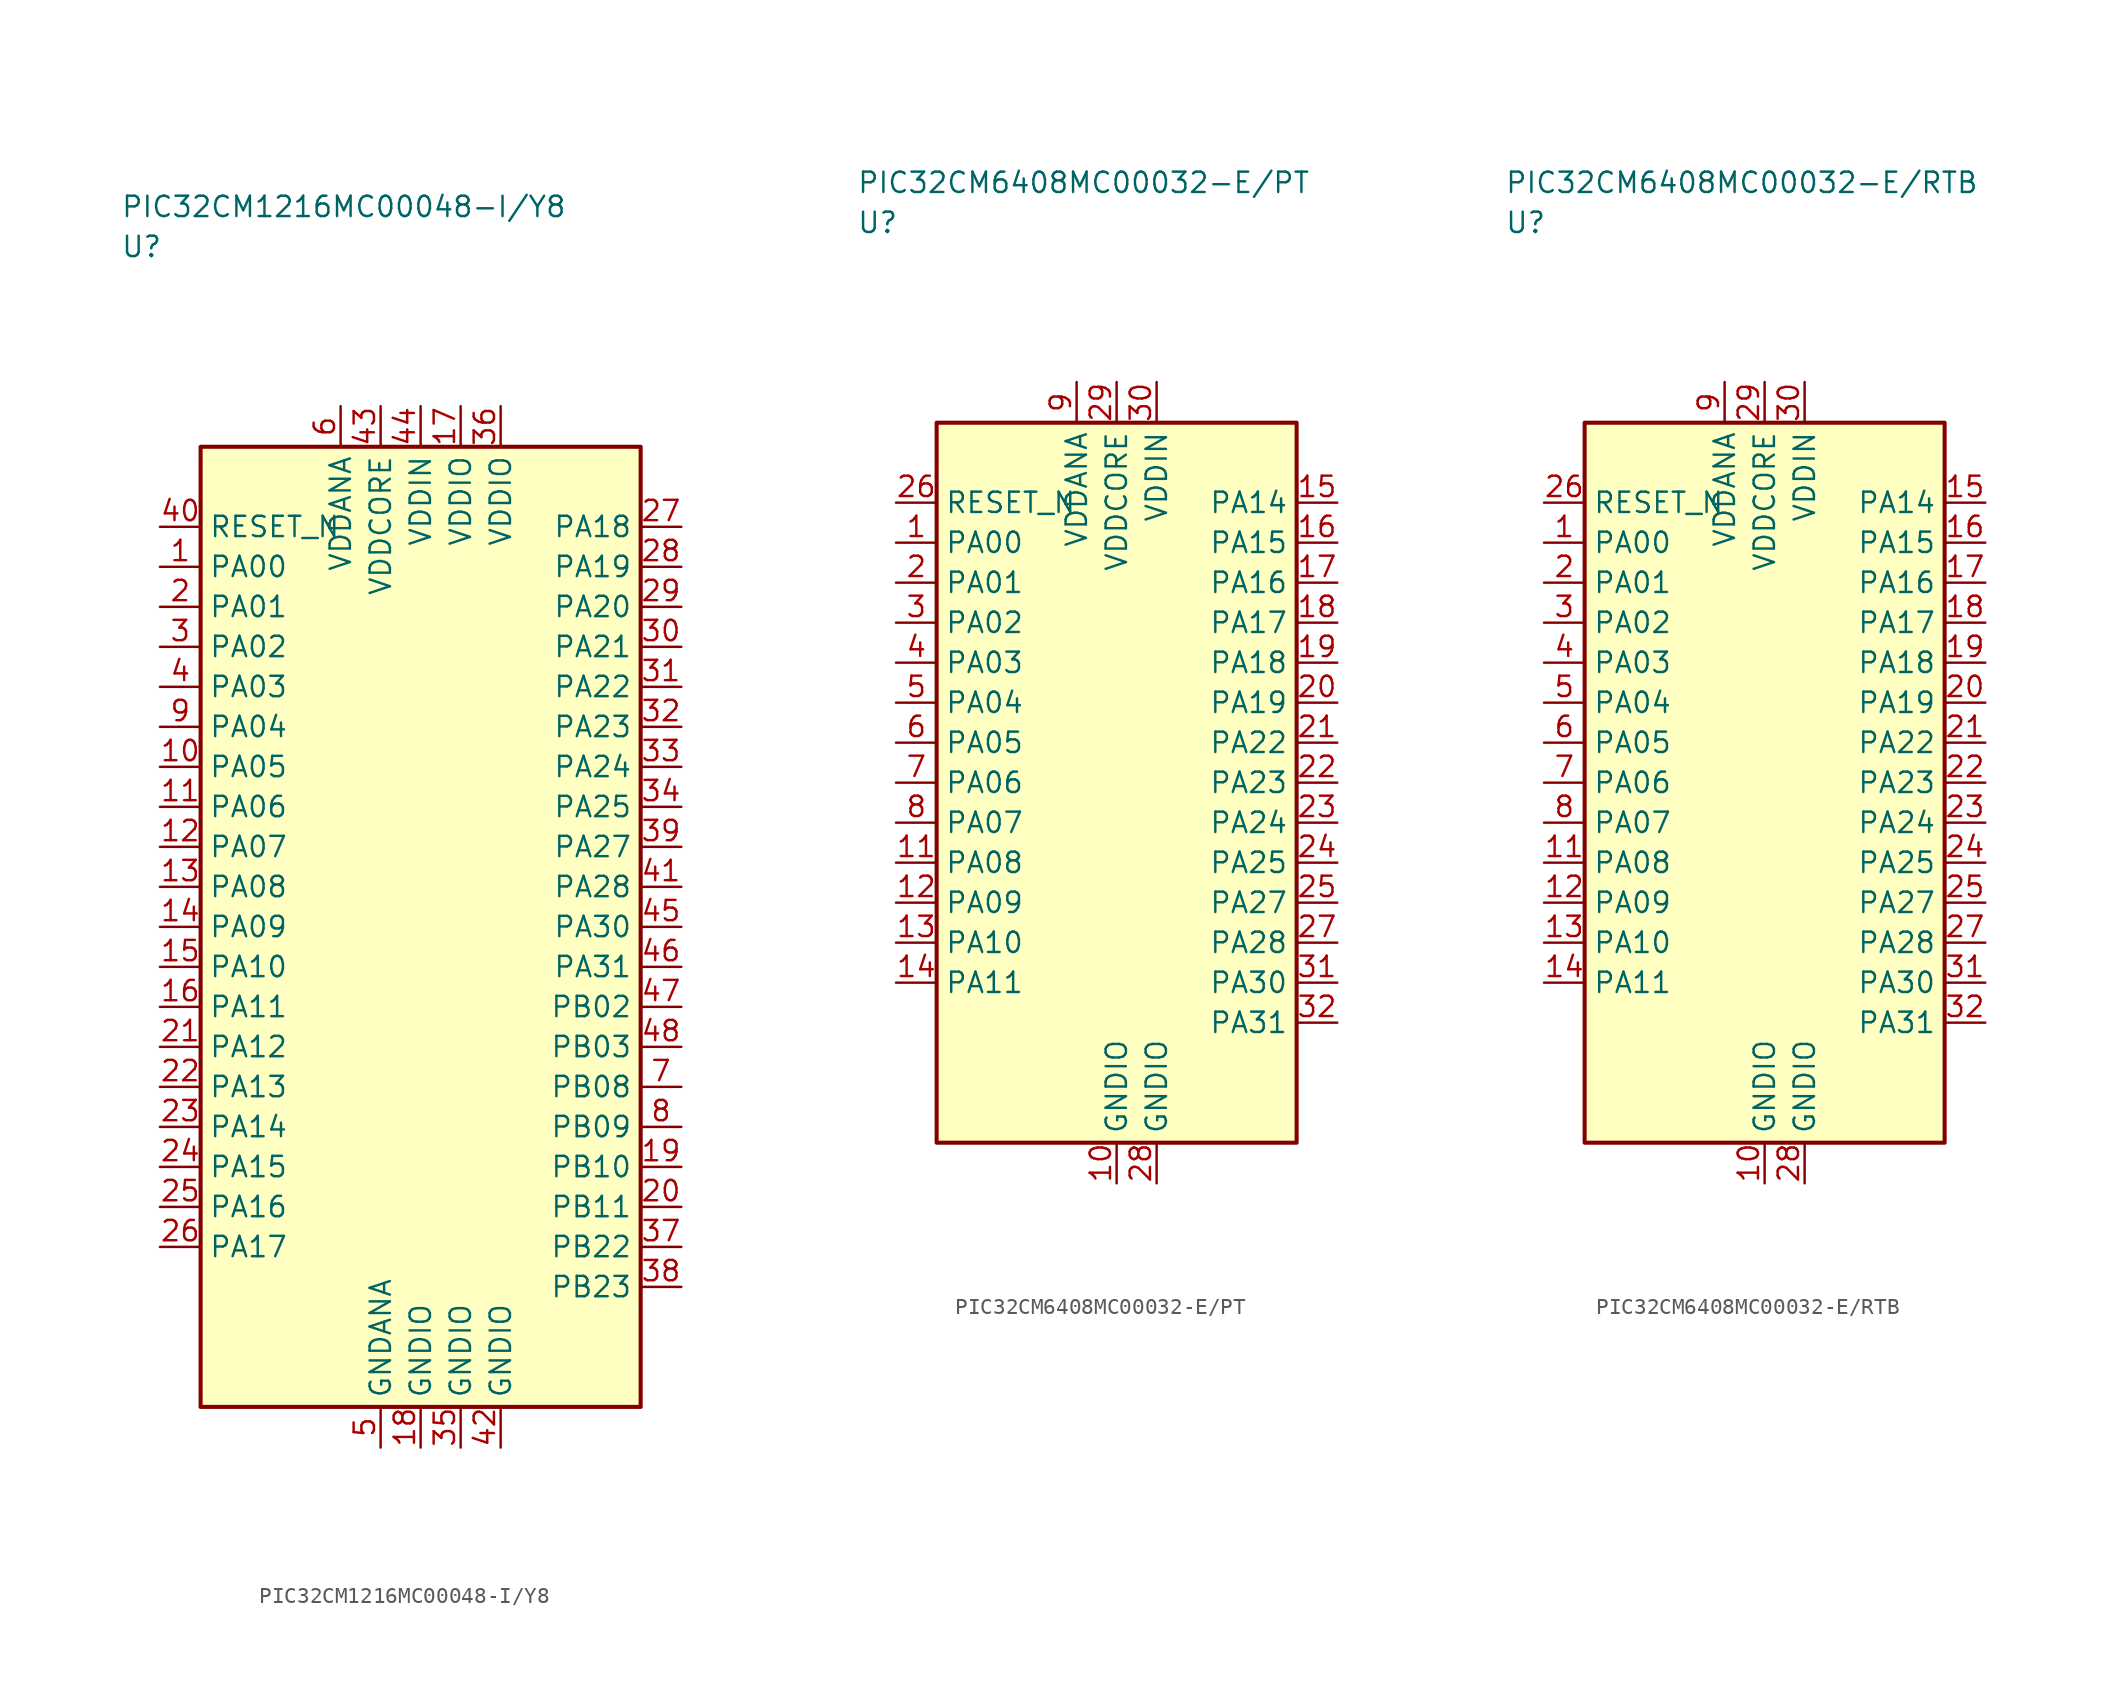
<source format=kicad_sym>
(kicad_symbol_lib
  (version 20241025)
  (generator "kicad_symbol_editor")
  (generator_version "8.0")
  (symbol "PIC32CM1216MC00048-I/Y8"
    (property "Reference" "U"
      (at -18.75 42.5 0)
      (effects (font (size 1.27 1.27)) (justify left)))
    (property "Value" "PIC32CM1216MC00048-I/Y8"
      (at -18.75 45.0 0)
      (effects (font (size 1.27 1.27)) (justify left)))
    (symbol "PIC32CM1216MC00048-I/Y8_0_1"
      (rectangle (start -13.75 30.0) (end 13.75 -30.0) (stroke (width 0.254) (type default)) (fill (type background))))
    (symbol "PIC32CM1216MC00048-I/Y8_1_1"
      (pin bidirectional line (at -16.29 22.5 0.0) (length 2.54) (name "PA00" (effects (font (size 1.27 1.27)))) (number "1" (effects (font (size 1.27 1.27)))))
      (pin bidirectional line (at -16.29 20.0 0.0) (length 2.54) (name "PA01" (effects (font (size 1.27 1.27)))) (number "2" (effects (font (size 1.27 1.27)))))
      (pin bidirectional line (at -16.29 17.5 0.0) (length 2.54) (name "PA02" (effects (font (size 1.27 1.27)))) (number "3" (effects (font (size 1.27 1.27)))))
      (pin bidirectional line (at -16.29 15.0 0.0) (length 2.54) (name "PA03" (effects (font (size 1.27 1.27)))) (number "4" (effects (font (size 1.27 1.27)))))
      (pin passive line (at -2.5 -32.54 90.0) (length 2.54) (name "GNDANA" (effects (font (size 1.27 1.27)))) (number "5" (effects (font (size 1.27 1.27)))))
      (pin power_in line (at -5.0 32.54 270.0) (length 2.54) (name "VDDANA" (effects (font (size 1.27 1.27)))) (number "6" (effects (font (size 1.27 1.27)))))
      (pin bidirectional line (at 16.29 -10.0 180.0) (length 2.54) (name "PB08" (effects (font (size 1.27 1.27)))) (number "7" (effects (font (size 1.27 1.27)))))
      (pin bidirectional line (at 16.29 -12.5 180.0) (length 2.54) (name "PB09" (effects (font (size 1.27 1.27)))) (number "8" (effects (font (size 1.27 1.27)))))
      (pin bidirectional line (at -16.29 12.5 0.0) (length 2.54) (name "PA04" (effects (font (size 1.27 1.27)))) (number "9" (effects (font (size 1.27 1.27)))))
      (pin bidirectional line (at -16.29 10.0 0.0) (length 2.54) (name "PA05" (effects (font (size 1.27 1.27)))) (number "10" (effects (font (size 1.27 1.27)))))
      (pin bidirectional line (at -16.29 7.5 0.0) (length 2.54) (name "PA06" (effects (font (size 1.27 1.27)))) (number "11" (effects (font (size 1.27 1.27)))))
      (pin bidirectional line (at -16.29 5.0 0.0) (length 2.54) (name "PA07" (effects (font (size 1.27 1.27)))) (number "12" (effects (font (size 1.27 1.27)))))
      (pin bidirectional line (at -16.29 2.5 0.0) (length 2.54) (name "PA08" (effects (font (size 1.27 1.27)))) (number "13" (effects (font (size 1.27 1.27)))))
      (pin bidirectional line (at -16.29 0.0 0.0) (length 2.54) (name "PA09" (effects (font (size 1.27 1.27)))) (number "14" (effects (font (size 1.27 1.27)))))
      (pin bidirectional line (at -16.29 -2.5 0.0) (length 2.54) (name "PA10" (effects (font (size 1.27 1.27)))) (number "15" (effects (font (size 1.27 1.27)))))
      (pin bidirectional line (at -16.29 -5.0 0.0) (length 2.54) (name "PA11" (effects (font (size 1.27 1.27)))) (number "16" (effects (font (size 1.27 1.27)))))
      (pin power_in line (at 2.5 32.54 270.0) (length 2.54) (name "VDDIO" (effects (font (size 1.27 1.27)))) (number "17" (effects (font (size 1.27 1.27)))))
      (pin passive line (at 0.0 -32.54 90.0) (length 2.54) (name "GNDIO" (effects (font (size 1.27 1.27)))) (number "18" (effects (font (size 1.27 1.27)))))
      (pin bidirectional line (at 16.29 -15.0 180.0) (length 2.54) (name "PB10" (effects (font (size 1.27 1.27)))) (number "19" (effects (font (size 1.27 1.27)))))
      (pin bidirectional line (at 16.29 -17.5 180.0) (length 2.54) (name "PB11" (effects (font (size 1.27 1.27)))) (number "20" (effects (font (size 1.27 1.27)))))
      (pin bidirectional line (at -16.29 -7.5 0.0) (length 2.54) (name "PA12" (effects (font (size 1.27 1.27)))) (number "21" (effects (font (size 1.27 1.27)))))
      (pin bidirectional line (at -16.29 -10.0 0.0) (length 2.54) (name "PA13" (effects (font (size 1.27 1.27)))) (number "22" (effects (font (size 1.27 1.27)))))
      (pin bidirectional line (at -16.29 -12.5 0.0) (length 2.54) (name "PA14" (effects (font (size 1.27 1.27)))) (number "23" (effects (font (size 1.27 1.27)))))
      (pin bidirectional line (at -16.29 -15.0 0.0) (length 2.54) (name "PA15" (effects (font (size 1.27 1.27)))) (number "24" (effects (font (size 1.27 1.27)))))
      (pin bidirectional line (at -16.29 -17.5 0.0) (length 2.54) (name "PA16" (effects (font (size 1.27 1.27)))) (number "25" (effects (font (size 1.27 1.27)))))
      (pin bidirectional line (at -16.29 -20.0 0.0) (length 2.54) (name "PA17" (effects (font (size 1.27 1.27)))) (number "26" (effects (font (size 1.27 1.27)))))
      (pin bidirectional line (at 16.29 25.0 180.0) (length 2.54) (name "PA18" (effects (font (size 1.27 1.27)))) (number "27" (effects (font (size 1.27 1.27)))))
      (pin bidirectional line (at 16.29 22.5 180.0) (length 2.54) (name "PA19" (effects (font (size 1.27 1.27)))) (number "28" (effects (font (size 1.27 1.27)))))
      (pin bidirectional line (at 16.29 20.0 180.0) (length 2.54) (name "PA20" (effects (font (size 1.27 1.27)))) (number "29" (effects (font (size 1.27 1.27)))))
      (pin bidirectional line (at 16.29 17.5 180.0) (length 2.54) (name "PA21" (effects (font (size 1.27 1.27)))) (number "30" (effects (font (size 1.27 1.27)))))
      (pin bidirectional line (at 16.29 15.0 180.0) (length 2.54) (name "PA22" (effects (font (size 1.27 1.27)))) (number "31" (effects (font (size 1.27 1.27)))))
      (pin bidirectional line (at 16.29 12.5 180.0) (length 2.54) (name "PA23" (effects (font (size 1.27 1.27)))) (number "32" (effects (font (size 1.27 1.27)))))
      (pin bidirectional line (at 16.29 10.0 180.0) (length 2.54) (name "PA24" (effects (font (size 1.27 1.27)))) (number "33" (effects (font (size 1.27 1.27)))))
      (pin bidirectional line (at 16.29 7.5 180.0) (length 2.54) (name "PA25" (effects (font (size 1.27 1.27)))) (number "34" (effects (font (size 1.27 1.27)))))
      (pin passive line (at 2.5 -32.54 90.0) (length 2.54) (name "GNDIO" (effects (font (size 1.27 1.27)))) (number "35" (effects (font (size 1.27 1.27)))))
      (pin power_in line (at 5.0 32.54 270.0) (length 2.54) (name "VDDIO" (effects (font (size 1.27 1.27)))) (number "36" (effects (font (size 1.27 1.27)))))
      (pin bidirectional line (at 16.29 -20.0 180.0) (length 2.54) (name "PB22" (effects (font (size 1.27 1.27)))) (number "37" (effects (font (size 1.27 1.27)))))
      (pin bidirectional line (at 16.29 -22.5 180.0) (length 2.54) (name "PB23" (effects (font (size 1.27 1.27)))) (number "38" (effects (font (size 1.27 1.27)))))
      (pin bidirectional line (at 16.29 5.0 180.0) (length 2.54) (name "PA27" (effects (font (size 1.27 1.27)))) (number "39" (effects (font (size 1.27 1.27)))))
      (pin input line (at -16.29 25.0 0.0) (length 2.54) (name "RESET_N" (effects (font (size 1.27 1.27)))) (number "40" (effects (font (size 1.27 1.27)))))
      (pin bidirectional line (at 16.29 2.5 180.0) (length 2.54) (name "PA28" (effects (font (size 1.27 1.27)))) (number "41" (effects (font (size 1.27 1.27)))))
      (pin passive line (at 5.0 -32.54 90.0) (length 2.54) (name "GNDIO" (effects (font (size 1.27 1.27)))) (number "42" (effects (font (size 1.27 1.27)))))
      (pin power_in line (at -2.5 32.54 270.0) (length 2.54) (name "VDDCORE" (effects (font (size 1.27 1.27)))) (number "43" (effects (font (size 1.27 1.27)))))
      (pin power_in line (at 0.0 32.54 270.0) (length 2.54) (name "VDDIN" (effects (font (size 1.27 1.27)))) (number "44" (effects (font (size 1.27 1.27)))))
      (pin bidirectional line (at 16.29 0.0 180.0) (length 2.54) (name "PA30" (effects (font (size 1.27 1.27)))) (number "45" (effects (font (size 1.27 1.27)))))
      (pin bidirectional line (at 16.29 -2.5 180.0) (length 2.54) (name "PA31" (effects (font (size 1.27 1.27)))) (number "46" (effects (font (size 1.27 1.27)))))
      (pin bidirectional line (at 16.29 -5.0 180.0) (length 2.54) (name "PB02" (effects (font (size 1.27 1.27)))) (number "47" (effects (font (size 1.27 1.27)))))
      (pin bidirectional line (at 16.29 -7.5 180.0) (length 2.54) (name "PB03" (effects (font (size 1.27 1.27)))) (number "48" (effects (font (size 1.27 1.27)))))))
  (symbol "PIC32CM6408MC00032-E/PT"
    (property "Reference" "U"
      (at -16.25 35.0 0)
      (effects (font (size 1.27 1.27)) (justify left)))
    (property "Value" "PIC32CM6408MC00032-E/PT"
      (at -16.25 37.5 0)
      (effects (font (size 1.27 1.27)) (justify left)))
    (symbol "PIC32CM6408MC00032-E/PT_0_1"
      (rectangle (start -11.25 22.5) (end 11.25 -22.5) (stroke (width 0.254) (type default)) (fill (type background))))
    (symbol "PIC32CM6408MC00032-E/PT_1_1"
      (pin bidirectional line (at -13.79 15.0 0.0) (length 2.54) (name "PA00" (effects (font (size 1.27 1.27)))) (number "1" (effects (font (size 1.27 1.27)))))
      (pin bidirectional line (at -13.79 12.5 0.0) (length 2.54) (name "PA01" (effects (font (size 1.27 1.27)))) (number "2" (effects (font (size 1.27 1.27)))))
      (pin bidirectional line (at -13.79 10.0 0.0) (length 2.54) (name "PA02" (effects (font (size 1.27 1.27)))) (number "3" (effects (font (size 1.27 1.27)))))
      (pin bidirectional line (at -13.79 7.5 0.0) (length 2.54) (name "PA03" (effects (font (size 1.27 1.27)))) (number "4" (effects (font (size 1.27 1.27)))))
      (pin bidirectional line (at -13.79 5.0 0.0) (length 2.54) (name "PA04" (effects (font (size 1.27 1.27)))) (number "5" (effects (font (size 1.27 1.27)))))
      (pin bidirectional line (at -13.79 2.5 0.0) (length 2.54) (name "PA05" (effects (font (size 1.27 1.27)))) (number "6" (effects (font (size 1.27 1.27)))))
      (pin bidirectional line (at -13.79 0.0 0.0) (length 2.54) (name "PA06" (effects (font (size 1.27 1.27)))) (number "7" (effects (font (size 1.27 1.27)))))
      (pin bidirectional line (at -13.79 -2.5 0.0) (length 2.54) (name "PA07" (effects (font (size 1.27 1.27)))) (number "8" (effects (font (size 1.27 1.27)))))
      (pin power_in line (at -2.5 25.04 270.0) (length 2.54) (name "VDDANA" (effects (font (size 1.27 1.27)))) (number "9" (effects (font (size 1.27 1.27)))))
      (pin passive line (at 0.0 -25.04 90.0) (length 2.54) (name "GNDIO" (effects (font (size 1.27 1.27)))) (number "10" (effects (font (size 1.27 1.27)))))
      (pin bidirectional line (at -13.79 -5.0 0.0) (length 2.54) (name "PA08" (effects (font (size 1.27 1.27)))) (number "11" (effects (font (size 1.27 1.27)))))
      (pin bidirectional line (at -13.79 -7.5 0.0) (length 2.54) (name "PA09" (effects (font (size 1.27 1.27)))) (number "12" (effects (font (size 1.27 1.27)))))
      (pin bidirectional line (at -13.79 -10.0 0.0) (length 2.54) (name "PA10" (effects (font (size 1.27 1.27)))) (number "13" (effects (font (size 1.27 1.27)))))
      (pin bidirectional line (at -13.79 -12.5 0.0) (length 2.54) (name "PA11" (effects (font (size 1.27 1.27)))) (number "14" (effects (font (size 1.27 1.27)))))
      (pin bidirectional line (at 13.79 17.5 180.0) (length 2.54) (name "PA14" (effects (font (size 1.27 1.27)))) (number "15" (effects (font (size 1.27 1.27)))))
      (pin bidirectional line (at 13.79 15.0 180.0) (length 2.54) (name "PA15" (effects (font (size 1.27 1.27)))) (number "16" (effects (font (size 1.27 1.27)))))
      (pin bidirectional line (at 13.79 12.5 180.0) (length 2.54) (name "PA16" (effects (font (size 1.27 1.27)))) (number "17" (effects (font (size 1.27 1.27)))))
      (pin bidirectional line (at 13.79 10.0 180.0) (length 2.54) (name "PA17" (effects (font (size 1.27 1.27)))) (number "18" (effects (font (size 1.27 1.27)))))
      (pin bidirectional line (at 13.79 7.5 180.0) (length 2.54) (name "PA18" (effects (font (size 1.27 1.27)))) (number "19" (effects (font (size 1.27 1.27)))))
      (pin bidirectional line (at 13.79 5.0 180.0) (length 2.54) (name "PA19" (effects (font (size 1.27 1.27)))) (number "20" (effects (font (size 1.27 1.27)))))
      (pin bidirectional line (at 13.79 2.5 180.0) (length 2.54) (name "PA22" (effects (font (size 1.27 1.27)))) (number "21" (effects (font (size 1.27 1.27)))))
      (pin bidirectional line (at 13.79 0.0 180.0) (length 2.54) (name "PA23" (effects (font (size 1.27 1.27)))) (number "22" (effects (font (size 1.27 1.27)))))
      (pin bidirectional line (at 13.79 -2.5 180.0) (length 2.54) (name "PA24" (effects (font (size 1.27 1.27)))) (number "23" (effects (font (size 1.27 1.27)))))
      (pin bidirectional line (at 13.79 -5.0 180.0) (length 2.54) (name "PA25" (effects (font (size 1.27 1.27)))) (number "24" (effects (font (size 1.27 1.27)))))
      (pin bidirectional line (at 13.79 -7.5 180.0) (length 2.54) (name "PA27" (effects (font (size 1.27 1.27)))) (number "25" (effects (font (size 1.27 1.27)))))
      (pin input line (at -13.79 17.5 0.0) (length 2.54) (name "RESET_N" (effects (font (size 1.27 1.27)))) (number "26" (effects (font (size 1.27 1.27)))))
      (pin bidirectional line (at 13.79 -10.0 180.0) (length 2.54) (name "PA28" (effects (font (size 1.27 1.27)))) (number "27" (effects (font (size 1.27 1.27)))))
      (pin passive line (at 2.5 -25.04 90.0) (length 2.54) (name "GNDIO" (effects (font (size 1.27 1.27)))) (number "28" (effects (font (size 1.27 1.27)))))
      (pin power_in line (at 0.0 25.04 270.0) (length 2.54) (name "VDDCORE" (effects (font (size 1.27 1.27)))) (number "29" (effects (font (size 1.27 1.27)))))
      (pin power_in line (at 2.5 25.04 270.0) (length 2.54) (name "VDDIN" (effects (font (size 1.27 1.27)))) (number "30" (effects (font (size 1.27 1.27)))))
      (pin bidirectional line (at 13.79 -12.5 180.0) (length 2.54) (name "PA30" (effects (font (size 1.27 1.27)))) (number "31" (effects (font (size 1.27 1.27)))))
      (pin bidirectional line (at 13.79 -15.0 180.0) (length 2.54) (name "PA31" (effects (font (size 1.27 1.27)))) (number "32" (effects (font (size 1.27 1.27)))))))
  (symbol "PIC32CM6408MC00032-E/RTB"
    (property "Reference" "U"
      (at -16.25 35.0 0)
      (effects (font (size 1.27 1.27)) (justify left)))
    (property "Value" "PIC32CM6408MC00032-E/RTB"
      (at -16.25 37.5 0)
      (effects (font (size 1.27 1.27)) (justify left)))
    (symbol "PIC32CM6408MC00032-E/RTB_0_1"
      (rectangle (start -11.25 22.5) (end 11.25 -22.5) (stroke (width 0.254) (type default)) (fill (type background))))
    (symbol "PIC32CM6408MC00032-E/RTB_1_1"
      (pin bidirectional line (at -13.79 15.0 0.0) (length 2.54) (name "PA00" (effects (font (size 1.27 1.27)))) (number "1" (effects (font (size 1.27 1.27)))))
      (pin bidirectional line (at -13.79 12.5 0.0) (length 2.54) (name "PA01" (effects (font (size 1.27 1.27)))) (number "2" (effects (font (size 1.27 1.27)))))
      (pin bidirectional line (at -13.79 10.0 0.0) (length 2.54) (name "PA02" (effects (font (size 1.27 1.27)))) (number "3" (effects (font (size 1.27 1.27)))))
      (pin bidirectional line (at -13.79 7.5 0.0) (length 2.54) (name "PA03" (effects (font (size 1.27 1.27)))) (number "4" (effects (font (size 1.27 1.27)))))
      (pin bidirectional line (at -13.79 5.0 0.0) (length 2.54) (name "PA04" (effects (font (size 1.27 1.27)))) (number "5" (effects (font (size 1.27 1.27)))))
      (pin bidirectional line (at -13.79 2.5 0.0) (length 2.54) (name "PA05" (effects (font (size 1.27 1.27)))) (number "6" (effects (font (size 1.27 1.27)))))
      (pin bidirectional line (at -13.79 0.0 0.0) (length 2.54) (name "PA06" (effects (font (size 1.27 1.27)))) (number "7" (effects (font (size 1.27 1.27)))))
      (pin bidirectional line (at -13.79 -2.5 0.0) (length 2.54) (name "PA07" (effects (font (size 1.27 1.27)))) (number "8" (effects (font (size 1.27 1.27)))))
      (pin power_in line (at -2.5 25.04 270.0) (length 2.54) (name "VDDANA" (effects (font (size 1.27 1.27)))) (number "9" (effects (font (size 1.27 1.27)))))
      (pin passive line (at 0.0 -25.04 90.0) (length 2.54) (name "GNDIO" (effects (font (size 1.27 1.27)))) (number "10" (effects (font (size 1.27 1.27)))))
      (pin bidirectional line (at -13.79 -5.0 0.0) (length 2.54) (name "PA08" (effects (font (size 1.27 1.27)))) (number "11" (effects (font (size 1.27 1.27)))))
      (pin bidirectional line (at -13.79 -7.5 0.0) (length 2.54) (name "PA09" (effects (font (size 1.27 1.27)))) (number "12" (effects (font (size 1.27 1.27)))))
      (pin bidirectional line (at -13.79 -10.0 0.0) (length 2.54) (name "PA10" (effects (font (size 1.27 1.27)))) (number "13" (effects (font (size 1.27 1.27)))))
      (pin bidirectional line (at -13.79 -12.5 0.0) (length 2.54) (name "PA11" (effects (font (size 1.27 1.27)))) (number "14" (effects (font (size 1.27 1.27)))))
      (pin bidirectional line (at 13.79 17.5 180.0) (length 2.54) (name "PA14" (effects (font (size 1.27 1.27)))) (number "15" (effects (font (size 1.27 1.27)))))
      (pin bidirectional line (at 13.79 15.0 180.0) (length 2.54) (name "PA15" (effects (font (size 1.27 1.27)))) (number "16" (effects (font (size 1.27 1.27)))))
      (pin bidirectional line (at 13.79 12.5 180.0) (length 2.54) (name "PA16" (effects (font (size 1.27 1.27)))) (number "17" (effects (font (size 1.27 1.27)))))
      (pin bidirectional line (at 13.79 10.0 180.0) (length 2.54) (name "PA17" (effects (font (size 1.27 1.27)))) (number "18" (effects (font (size 1.27 1.27)))))
      (pin bidirectional line (at 13.79 7.5 180.0) (length 2.54) (name "PA18" (effects (font (size 1.27 1.27)))) (number "19" (effects (font (size 1.27 1.27)))))
      (pin bidirectional line (at 13.79 5.0 180.0) (length 2.54) (name "PA19" (effects (font (size 1.27 1.27)))) (number "20" (effects (font (size 1.27 1.27)))))
      (pin bidirectional line (at 13.79 2.5 180.0) (length 2.54) (name "PA22" (effects (font (size 1.27 1.27)))) (number "21" (effects (font (size 1.27 1.27)))))
      (pin bidirectional line (at 13.79 0.0 180.0) (length 2.54) (name "PA23" (effects (font (size 1.27 1.27)))) (number "22" (effects (font (size 1.27 1.27)))))
      (pin bidirectional line (at 13.79 -2.5 180.0) (length 2.54) (name "PA24" (effects (font (size 1.27 1.27)))) (number "23" (effects (font (size 1.27 1.27)))))
      (pin bidirectional line (at 13.79 -5.0 180.0) (length 2.54) (name "PA25" (effects (font (size 1.27 1.27)))) (number "24" (effects (font (size 1.27 1.27)))))
      (pin bidirectional line (at 13.79 -7.5 180.0) (length 2.54) (name "PA27" (effects (font (size 1.27 1.27)))) (number "25" (effects (font (size 1.27 1.27)))))
      (pin input line (at -13.79 17.5 0.0) (length 2.54) (name "RESET_N" (effects (font (size 1.27 1.27)))) (number "26" (effects (font (size 1.27 1.27)))))
      (pin bidirectional line (at 13.79 -10.0 180.0) (length 2.54) (name "PA28" (effects (font (size 1.27 1.27)))) (number "27" (effects (font (size 1.27 1.27)))))
      (pin passive line (at 2.5 -25.04 90.0) (length 2.54) (name "GNDIO" (effects (font (size 1.27 1.27)))) (number "28" (effects (font (size 1.27 1.27)))))
      (pin power_in line (at 0.0 25.04 270.0) (length 2.54) (name "VDDCORE" (effects (font (size 1.27 1.27)))) (number "29" (effects (font (size 1.27 1.27)))))
      (pin power_in line (at 2.5 25.04 270.0) (length 2.54) (name "VDDIN" (effects (font (size 1.27 1.27)))) (number "30" (effects (font (size 1.27 1.27)))))
      (pin bidirectional line (at 13.79 -12.5 180.0) (length 2.54) (name "PA30" (effects (font (size 1.27 1.27)))) (number "31" (effects (font (size 1.27 1.27)))))
      (pin bidirectional line (at 13.79 -15.0 180.0) (length 2.54) (name "PA31" (effects (font (size 1.27 1.27)))) (number "32" (effects (font (size 1.27 1.27))))))))
</source>
